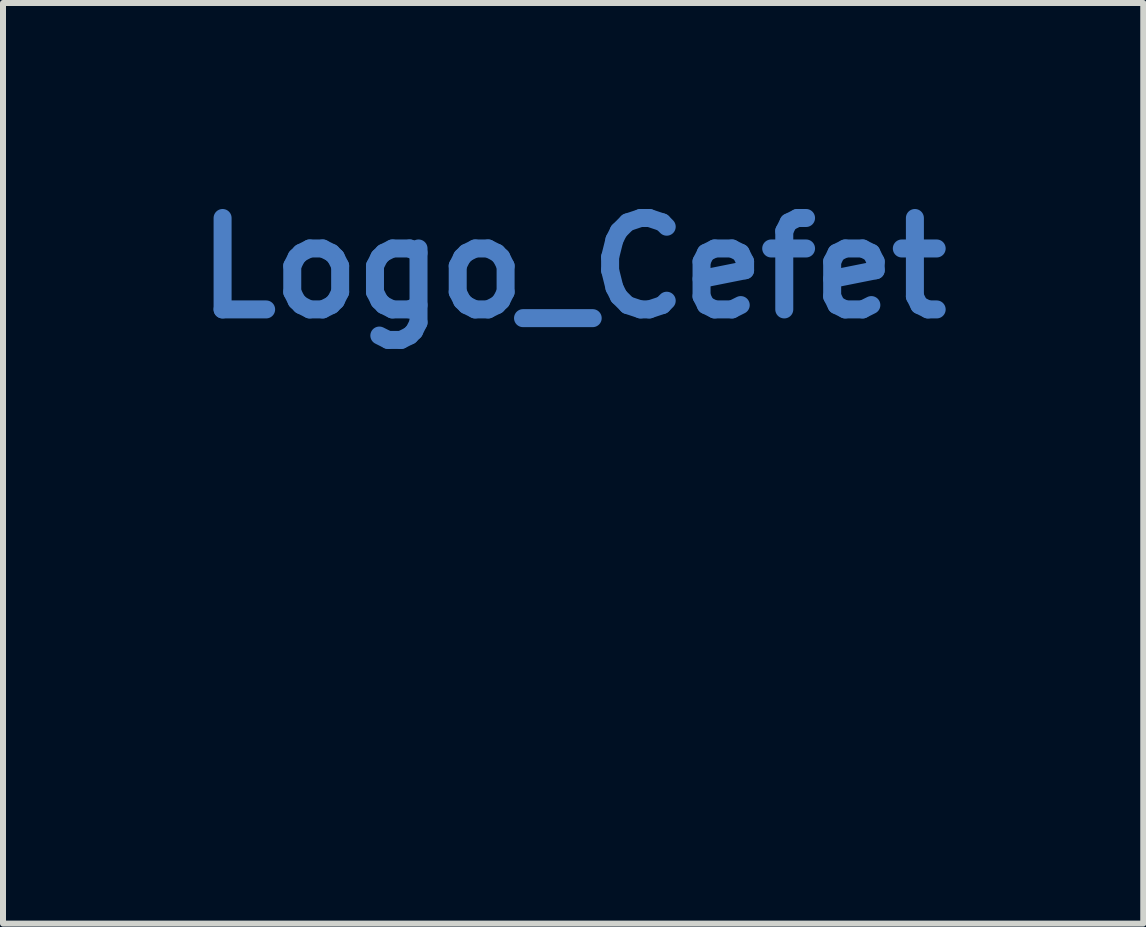
<source format=kicad_pcb>
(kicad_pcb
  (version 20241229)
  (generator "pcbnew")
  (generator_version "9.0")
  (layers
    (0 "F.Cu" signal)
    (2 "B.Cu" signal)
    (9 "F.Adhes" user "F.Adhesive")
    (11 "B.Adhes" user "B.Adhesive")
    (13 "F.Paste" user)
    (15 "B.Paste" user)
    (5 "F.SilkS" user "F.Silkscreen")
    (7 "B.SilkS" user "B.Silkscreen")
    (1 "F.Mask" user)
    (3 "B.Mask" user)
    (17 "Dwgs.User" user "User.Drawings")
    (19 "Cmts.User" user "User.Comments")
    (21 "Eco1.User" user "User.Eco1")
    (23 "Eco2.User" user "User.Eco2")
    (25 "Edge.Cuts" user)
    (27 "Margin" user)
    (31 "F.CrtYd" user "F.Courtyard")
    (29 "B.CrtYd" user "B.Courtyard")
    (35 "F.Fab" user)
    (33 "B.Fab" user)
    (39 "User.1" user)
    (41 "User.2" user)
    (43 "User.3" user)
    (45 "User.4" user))
  (footprint "Logo_Cefet"
    (layer "F.Cu")
    (at 7.772 6.498)
    (property "Reference" "Logo_Cefet" (at -1.27 -5.08 0) (layer "B.Cu") (effects (font (size 1.524 1.524) (thickness 0.3))))
    (attr through_hole)
    (fp_poly (pts (xy 1.768 1.59) (xy 1.331 1.59) (xy 1.331 2.814) (xy 1.031 2.814) (xy 1.031 1.59) (xy 0.594 1.59) (xy 0.594 1.341) (xy 1.768 1.341) (xy 1.768 1.59)) (stroke (width 0.01) (type solid)) (fill no) (layer "Eco2.User"))
    (fp_poly (pts (xy -0.919 1.59) (xy -1.636 1.59) (xy -1.633 1.938) (xy -1.016 1.941) (xy -1.016 2.189) (xy -1.636 2.189) (xy -1.636 2.814) (xy -1.935 2.814) (xy -1.935 2.078) (xy -1.936 1.341) (xy -0.919 1.341) (xy -0.919 1.59)) (stroke (width 0.01) (type solid)) (fill no) (layer "Eco2.User"))
    (fp_poly (pts (xy -2.215 1.59) (xy -3.012 1.59) (xy -3.012 1.915) (xy -2.271 1.915) (xy -2.271 2.164) (xy -3.012 2.164) (xy -3.012 2.565) (xy -2.189 2.565) (xy -2.189 2.814) (xy -3.312 2.814) (xy -3.312 1.341) (xy -2.215 1.341) (xy -2.215 1.59)) (stroke (width 0.01) (type solid)) (fill no) (layer "Eco2.User"))
    (fp_poly (pts (xy 0.422 1.59) (xy -0.376 1.59) (xy -0.376 1.915) (xy -0.006 1.916) (xy 0.363 1.918) (xy 0.366 2.164) (xy -0.376 2.164) (xy -0.376 2.565) (xy 0.447 2.565) (xy 0.447 2.814) (xy -0.676 2.814) (xy -0.676 1.341) (xy 0.422 1.341) (xy 0.422 1.59)) (stroke (width 0.01) (type solid)) (fill no) (layer "Eco2.User"))
    (fp_poly (pts (xy 2.349 1.464) (xy 2.341 1.497) (xy 2.331 1.538) (xy 2.32 1.585) (xy 2.307 1.639) (xy 2.293 1.697) (xy 2.278 1.757) (xy 2.263 1.819) (xy 2.248 1.881) (xy 2.235 1.933) (xy 2.221 1.992) (xy 2.207 2.052) (xy 2.193 2.11) (xy 2.179 2.166) (xy 2.166 2.218) (xy 2.155 2.265) (xy 2.145 2.306) (xy 2.137 2.34) (xy 2.131 2.365) (xy 2.121 2.404) (xy 2.111 2.447) (xy 2.101 2.49) (xy 2.091 2.529) (xy 2.083 2.562) (xy 2.083 2.563) (xy 2.074 2.598) (xy 2.064 2.64) (xy 2.054 2.683) (xy 2.044 2.724) (xy 2.039 2.744) (xy 2.016 2.839) (xy 1.914 2.841) (xy 1.883 2.841) (xy 1.856 2.841) (xy 1.834 2.841) (xy 1.818 2.84) (xy 1.811 2.839) (xy 1.811 2.839) (xy 1.811 2.834) (xy 1.814 2.82) (xy 1.819 2.798) (xy 1.826 2.767) (xy 1.835 2.727) (xy 1.847 2.678) (xy 1.86 2.62) (xy 1.876 2.553) (xy 1.894 2.476) (xy 1.915 2.39) (xy 1.937 2.295) (xy 1.962 2.191) (xy 1.99 2.077) (xy 2.019 1.953) (xy 2.051 1.82) (xy 2.086 1.677) (xy 2.106 1.593) (xy 2.116 1.551) (xy 2.126 1.509) (xy 2.136 1.469) (xy 2.144 1.433) (xy 2.151 1.403) (xy 2.157 1.38) (xy 2.158 1.375) (xy 2.172 1.316) (xy 2.279 1.316) (xy 2.385 1.316) (xy 2.349 1.464)) (stroke (width 0.01) (type solid)) (fill no) (layer "Eco2.User"))
    (fp_poly (pts (xy 0.525 -0.246) (xy 0.572 -0.246) (xy 0.612 -0.246) (xy 0.645 -0.246) (xy 0.669 -0.245) (xy 0.685 -0.244) (xy 0.691 -0.244) (xy 0.691 -0.244) (xy 0.688 -0.237) (xy 0.679 -0.223) (xy 0.666 -0.204) (xy 0.65 -0.181) (xy 0.63 -0.155) (xy 0.609 -0.128) (xy 0.587 -0.1) (xy 0.566 -0.074) (xy 0.545 -0.049) (xy 0.542 -0.045) (xy 0.45 0.055) (xy 0.351 0.146) (xy 0.246 0.23) (xy 0.135 0.307) (xy 0.018 0.375) (xy -0.105 0.435) (xy -0.232 0.486) (xy -0.282 0.504) (xy -0.333 0.519) (xy -0.388 0.534) (xy -0.443 0.547) (xy -0.495 0.558) (xy -0.515 0.561) (xy -0.543 0.565) (xy -0.572 0.569) (xy -0.599 0.571) (xy -0.622 0.573) (xy -0.641 0.573) (xy -0.652 0.573) (xy -0.655 0.571) (xy -0.654 0.564) (xy -0.65 0.551) (xy -0.647 0.544) (xy -0.642 0.529) (xy -0.634 0.507) (xy -0.624 0.477) (xy -0.611 0.44) (xy -0.597 0.399) (xy -0.581 0.353) (xy -0.564 0.304) (xy -0.547 0.253) (xy -0.529 0.202) (xy -0.511 0.15) (xy -0.511 0.15) (xy -0.497 0.111) (xy -0.484 0.073) (xy -0.472 0.037) (xy -0.461 0.005) (xy -0.452 -0.021) (xy -0.445 -0.04) (xy -0.445 -0.041) (xy -0.43 -0.083) (xy -0.417 -0.122) (xy -0.405 -0.156) (xy -0.394 -0.186) (xy -0.386 -0.209) (xy -0.381 -0.225) (xy -0.379 -0.232) (xy -0.379 -0.232) (xy -0.376 -0.233) (xy -0.368 -0.235) (xy -0.354 -0.236) (xy -0.335 -0.238) (xy -0.31 -0.239) (xy -0.278 -0.24) (xy -0.239 -0.241) (xy -0.193 -0.242) (xy -0.139 -0.242) (xy -0.077 -0.243) (xy -0.007 -0.244) (xy 0.073 -0.245) (xy 0.161 -0.245) (xy 0.26 -0.246) (xy 0.281 -0.246) (xy 0.349 -0.246) (xy 0.413 -0.246) (xy 0.472 -0.246) (xy 0.525 -0.246)) (stroke (width 0.01) (type solid)) (fill no) (layer "Eco2.User"))
    (fp_poly (pts (xy -0.633 -2.834) (xy -0.634 -2.829) (xy -0.637 -2.816) (xy -0.643 -2.797) (xy -0.651 -2.775) (xy -0.651 -2.774) (xy -0.658 -2.752) (xy -0.668 -2.723) (xy -0.68 -2.689) (xy -0.693 -2.652) (xy -0.706 -2.613) (xy -0.714 -2.588) (xy -0.739 -2.516) (xy -0.761 -2.452) (xy -0.779 -2.398) (xy -0.795 -2.352) (xy -0.808 -2.313) (xy -0.819 -2.282) (xy -0.827 -2.258) (xy -0.833 -2.241) (xy -0.837 -2.23) (xy -0.838 -2.225) (xy -0.841 -2.217) (xy -0.847 -2.2) (xy -0.854 -2.177) (xy -0.864 -2.15) (xy -0.875 -2.118) (xy -0.881 -2.101) (xy -0.892 -2.069) (xy -0.902 -2.041) (xy -0.91 -2.017) (xy -0.916 -2) (xy -0.919 -1.99) (xy -0.919 -1.988) (xy -0.924 -1.987) (xy -0.939 -1.987) (xy -0.962 -1.987) (xy -0.993 -1.987) (xy -1.031 -1.987) (xy -1.076 -1.987) (xy -1.126 -1.986) (xy -1.181 -1.986) (xy -1.241 -1.986) (xy -1.304 -1.986) (xy -1.347 -1.986) (xy -1.774 -1.986) (xy -1.75 -2.031) (xy -1.738 -2.052) (xy -1.723 -2.078) (xy -1.705 -2.106) (xy -1.685 -2.136) (xy -1.666 -2.166) (xy -1.646 -2.194) (xy -1.629 -2.219) (xy -1.614 -2.239) (xy -1.604 -2.252) (xy -1.6 -2.256) (xy -1.596 -2.261) (xy -1.587 -2.271) (xy -1.578 -2.283) (xy -1.568 -2.294) (xy -1.553 -2.311) (xy -1.533 -2.332) (xy -1.51 -2.356) (xy -1.485 -2.381) (xy -1.473 -2.393) (xy -1.415 -2.449) (xy -1.356 -2.499) (xy -1.296 -2.546) (xy -1.231 -2.591) (xy -1.168 -2.631) (xy -1.132 -2.651) (xy -1.089 -2.674) (xy -1.04 -2.697) (xy -0.987 -2.721) (xy -0.933 -2.743) (xy -0.88 -2.764) (xy -0.836 -2.78) (xy -0.815 -2.787) (xy -0.791 -2.794) (xy -0.763 -2.802) (xy -0.734 -2.81) (xy -0.706 -2.818) (xy -0.68 -2.825) (xy -0.658 -2.83) (xy -0.642 -2.833) (xy -0.634 -2.834) (xy -0.633 -2.834)) (stroke (width 0.01) (type solid)) (fill no) (layer "Eco2.User"))
    (fp_poly (pts (xy 4.851 1.848) (xy 4.851 1.937) (xy 4.851 2.017) (xy 4.851 2.089) (xy 4.851 2.151) (xy 4.85 2.207) (xy 4.85 2.255) (xy 4.849 2.298) (xy 4.848 2.334) (xy 4.847 2.366) (xy 4.846 2.393) (xy 4.845 2.417) (xy 4.843 2.438) (xy 4.841 2.456) (xy 4.838 2.473) (xy 4.836 2.488) (xy 4.833 2.503) (xy 4.831 2.511) (xy 4.813 2.573) (xy 4.786 2.631) (xy 4.751 2.682) (xy 4.709 2.726) (xy 4.66 2.764) (xy 4.604 2.795) (xy 4.542 2.818) (xy 4.478 2.832) (xy 4.442 2.836) (xy 4.401 2.839) (xy 4.357 2.839) (xy 4.314 2.838) (xy 4.275 2.835) (xy 4.242 2.83) (xy 4.241 2.83) (xy 4.187 2.816) (xy 4.141 2.799) (xy 4.099 2.777) (xy 4.068 2.755) (xy 4.024 2.715) (xy 3.986 2.667) (xy 3.956 2.613) (xy 3.934 2.552) (xy 3.918 2.483) (xy 3.912 2.438) (xy 3.91 2.415) (xy 3.908 2.394) (xy 3.907 2.378) (xy 3.907 2.373) (xy 3.907 2.359) (xy 4.04 2.345) (xy 4.076 2.341) (xy 4.109 2.337) (xy 4.137 2.334) (xy 4.16 2.332) (xy 4.175 2.33) (xy 4.181 2.33) (xy 4.185 2.332) (xy 4.188 2.34) (xy 4.19 2.355) (xy 4.192 2.37) (xy 4.198 2.421) (xy 4.208 2.463) (xy 4.222 2.498) (xy 4.24 2.527) (xy 4.251 2.539) (xy 4.278 2.561) (xy 4.307 2.575) (xy 4.343 2.583) (xy 4.363 2.585) (xy 4.409 2.584) (xy 4.448 2.575) (xy 4.481 2.559) (xy 4.507 2.535) (xy 4.526 2.504) (xy 4.53 2.493) (xy 4.534 2.483) (xy 4.537 2.473) (xy 4.54 2.462) (xy 4.543 2.45) (xy 4.545 2.436) (xy 4.547 2.42) (xy 4.549 2.401) (xy 4.55 2.378) (xy 4.551 2.351) (xy 4.552 2.319) (xy 4.553 2.282) (xy 4.553 2.238) (xy 4.554 2.188) (xy 4.554 2.13) (xy 4.554 2.064) (xy 4.554 1.99) (xy 4.554 1.907) (xy 4.554 1.858) (xy 4.554 1.341) (xy 4.703 1.341) (xy 4.851 1.341) (xy 4.851 1.848)) (stroke (width 0.01) (type solid)) (fill no) (layer "Eco2.User"))
    (fp_poly (pts (xy 0.538 -1.585) (xy 0.616 -1.585) (xy 0.684 -1.585) (xy 0.744 -1.585) (xy 0.795 -1.584) (xy 0.838 -1.584) (xy 0.875 -1.584) (xy 0.905 -1.583) (xy 0.929 -1.582) (xy 0.948 -1.582) (xy 0.963 -1.581) (xy 0.974 -1.58) (xy 0.982 -1.578) (xy 0.984 -1.578) (xy 1.023 -1.563) (xy 1.055 -1.542) (xy 1.078 -1.514) (xy 1.094 -1.481) (xy 1.101 -1.441) (xy 1.101 -1.441) (xy 1.102 -1.427) (xy 1.101 -1.415) (xy 1.1 -1.403) (xy 1.096 -1.39) (xy 1.091 -1.372) (xy 1.082 -1.348) (xy 1.073 -1.323) (xy 1.064 -1.3) (xy 1.052 -1.268) (xy 1.038 -1.23) (xy 1.022 -1.188) (xy 1.005 -1.143) (xy 0.988 -1.097) (xy 0.972 -1.055) (xy 0.954 -1.006) (xy 0.939 -0.965) (xy 0.926 -0.932) (xy 0.915 -0.905) (xy 0.906 -0.884) (xy 0.898 -0.868) (xy 0.891 -0.855) (xy 0.885 -0.844) (xy 0.88 -0.837) (xy 0.845 -0.799) (xy 0.803 -0.766) (xy 0.766 -0.744) (xy 0.755 -0.738) (xy 0.745 -0.733) (xy 0.736 -0.729) (xy 0.726 -0.725) (xy 0.715 -0.722) (xy 0.703 -0.72) (xy 0.688 -0.717) (xy 0.67 -0.716) (xy 0.648 -0.714) (xy 0.622 -0.713) (xy 0.59 -0.712) (xy 0.553 -0.712) (xy 0.509 -0.712) (xy 0.458 -0.711) (xy 0.4 -0.711) (xy 0.332 -0.711) (xy 0.255 -0.711) (xy -0.203 -0.711) (xy -0.19 -0.745) (xy -0.182 -0.767) (xy -0.173 -0.79) (xy -0.168 -0.805) (xy -0.164 -0.816) (xy -0.157 -0.836) (xy -0.147 -0.861) (xy -0.136 -0.893) (xy -0.123 -0.928) (xy -0.109 -0.965) (xy -0.104 -0.978) (xy -0.09 -1.016) (xy -0.077 -1.052) (xy -0.065 -1.084) (xy -0.054 -1.112) (xy -0.046 -1.134) (xy -0.041 -1.148) (xy -0.04 -1.151) (xy -0.036 -1.162) (xy -0.029 -1.181) (xy -0.02 -1.207) (xy -0.008 -1.238) (xy 0.004 -1.273) (xy 0.018 -1.31) (xy 0.02 -1.316) (xy 0.035 -1.355) (xy 0.05 -1.395) (xy 0.064 -1.434) (xy 0.077 -1.469) (xy 0.088 -1.499) (xy 0.096 -1.52) (xy 0.119 -1.585) (xy 0.538 -1.585)) (stroke (width 0.01) (type solid)) (fill no) (layer "Eco2.User"))
    (fp_poly (pts (xy -4.114 1.317) (xy -4.044 1.324) (xy -3.979 1.336) (xy -3.917 1.355) (xy -3.857 1.381) (xy -3.851 1.384) (xy -3.788 1.421) (xy -3.734 1.464) (xy -3.686 1.513) (xy -3.646 1.57) (xy -3.612 1.634) (xy -3.597 1.669) (xy -3.586 1.697) (xy -3.578 1.718) (xy -3.574 1.732) (xy -3.573 1.741) (xy -3.575 1.746) (xy -3.579 1.748) (xy -3.582 1.749) (xy -3.59 1.751) (xy -3.607 1.756) (xy -3.63 1.761) (xy -3.659 1.768) (xy -3.691 1.776) (xy -3.713 1.781) (xy -3.748 1.789) (xy -3.78 1.797) (xy -3.807 1.804) (xy -3.829 1.809) (xy -3.844 1.812) (xy -3.849 1.813) (xy -3.859 1.815) (xy -3.864 1.813) (xy -3.868 1.805) (xy -3.871 1.794) (xy -3.885 1.756) (xy -3.906 1.717) (xy -3.931 1.681) (xy -3.952 1.657) (xy -3.993 1.624) (xy -4.039 1.599) (xy -4.089 1.581) (xy -4.142 1.572) (xy -4.197 1.57) (xy -4.253 1.577) (xy -4.307 1.593) (xy -4.351 1.612) (xy -4.376 1.628) (xy -4.404 1.651) (xy -4.431 1.678) (xy -4.456 1.706) (xy -4.474 1.733) (xy -4.477 1.738) (xy -4.502 1.792) (xy -4.522 1.855) (xy -4.535 1.925) (xy -4.543 2.001) (xy -4.544 2.084) (xy -4.544 2.095) (xy -4.54 2.176) (xy -4.531 2.248) (xy -4.518 2.312) (xy -4.5 2.368) (xy -4.476 2.418) (xy -4.448 2.461) (xy -4.413 2.498) (xy -4.373 2.531) (xy -4.368 2.534) (xy -4.325 2.557) (xy -4.277 2.574) (xy -4.225 2.583) (xy -4.172 2.585) (xy -4.121 2.58) (xy -4.073 2.567) (xy -4.055 2.56) (xy -4.008 2.533) (xy -3.966 2.498) (xy -3.93 2.454) (xy -3.9 2.402) (xy -3.875 2.343) (xy -3.869 2.322) (xy -3.863 2.303) (xy -3.857 2.287) (xy -3.854 2.278) (xy -3.853 2.277) (xy -3.848 2.278) (xy -3.835 2.281) (xy -3.815 2.287) (xy -3.79 2.295) (xy -3.761 2.304) (xy -3.729 2.313) (xy -3.697 2.323) (xy -3.665 2.333) (xy -3.636 2.342) (xy -3.609 2.351) (xy -3.588 2.357) (xy -3.574 2.362) (xy -3.567 2.365) (xy -3.567 2.365) (xy -3.567 2.371) (xy -3.571 2.384) (xy -3.577 2.402) (xy -3.585 2.424) (xy -3.594 2.448) (xy -3.604 2.472) (xy -3.613 2.494) (xy -3.621 2.513) (xy -3.623 2.517) (xy -3.662 2.586) (xy -3.707 2.646) (xy -3.757 2.698) (xy -3.814 2.742) (xy -3.876 2.777) (xy -3.945 2.805) (xy -4.021 2.826) (xy -4.056 2.832) (xy -4.092 2.836) (xy -4.134 2.839) (xy -4.18 2.839) (xy -4.227 2.838) (xy -4.27 2.835) (xy -4.307 2.83) (xy -4.31 2.83) (xy -4.389 2.811) (xy -4.462 2.784) (xy -4.531 2.747) (xy -4.595 2.702) (xy -4.654 2.648) (xy -4.663 2.638) (xy -4.714 2.577) (xy -4.756 2.511) (xy -4.791 2.439) (xy -4.817 2.361) (xy -4.836 2.276) (xy -4.848 2.186) (xy -4.851 2.09) (xy -4.848 1.99) (xy -4.837 1.897) (xy -4.818 1.81) (xy -4.791 1.73) (xy -4.757 1.656) (xy -4.716 1.588) (xy -4.666 1.526) (xy -4.63 1.488) (xy -4.601 1.462) (xy -4.573 1.44) (xy -4.544 1.42) (xy -4.51 1.4) (xy -4.495 1.392) (xy -4.444 1.367) (xy -4.393 1.348) (xy -4.34 1.334) (xy -4.283 1.324) (xy -4.22 1.319) (xy -4.191 1.317) (xy -4.114 1.317)) (stroke (width 0.01) (type solid)) (fill no) (layer "Eco2.User"))
    (fp_poly (pts (xy 2.938 1.342) (xy 3.017 1.343) (xy 3.087 1.343) (xy 3.148 1.344) (xy 3.201 1.344) (xy 3.248 1.345) (xy 3.287 1.346) (xy 3.322 1.347) (xy 3.351 1.349) (xy 3.376 1.351) (xy 3.397 1.353) (xy 3.416 1.356) (xy 3.433 1.359) (xy 3.449 1.363) (xy 3.465 1.367) (xy 3.48 1.372) (xy 3.49 1.375) (xy 3.543 1.397) (xy 3.591 1.429) (xy 3.634 1.468) (xy 3.671 1.513) (xy 3.701 1.565) (xy 3.723 1.622) (xy 3.727 1.633) (xy 3.732 1.659) (xy 3.736 1.693) (xy 3.738 1.73) (xy 3.738 1.768) (xy 3.737 1.805) (xy 3.734 1.837) (xy 3.731 1.85) (xy 3.714 1.91) (xy 3.689 1.964) (xy 3.656 2.013) (xy 3.614 2.055) (xy 3.565 2.091) (xy 3.509 2.121) (xy 3.445 2.144) (xy 3.374 2.161) (xy 3.371 2.162) (xy 3.359 2.164) (xy 3.355 2.166) (xy 3.36 2.17) (xy 3.361 2.17) (xy 3.396 2.192) (xy 3.435 2.221) (xy 3.474 2.254) (xy 3.511 2.29) (xy 3.543 2.327) (xy 3.543 2.327) (xy 3.565 2.356) (xy 3.591 2.392) (xy 3.62 2.434) (xy 3.651 2.481) (xy 3.683 2.532) (xy 3.691 2.544) (xy 3.708 2.571) (xy 3.724 2.597) (xy 3.739 2.62) (xy 3.75 2.639) (xy 3.755 2.646) (xy 3.768 2.667) (xy 3.783 2.69) (xy 3.792 2.705) (xy 3.804 2.724) (xy 3.818 2.748) (xy 3.833 2.771) (xy 3.835 2.775) (xy 3.846 2.792) (xy 3.853 2.806) (xy 3.857 2.814) (xy 3.857 2.815) (xy 3.851 2.816) (xy 3.836 2.816) (xy 3.814 2.816) (xy 3.785 2.816) (xy 3.75 2.816) (xy 3.712 2.816) (xy 3.678 2.815) (xy 3.503 2.814) (xy 3.405 2.668) (xy 3.365 2.609) (xy 3.331 2.558) (xy 3.302 2.514) (xy 3.277 2.477) (xy 3.256 2.446) (xy 3.239 2.421) (xy 3.225 2.401) (xy 3.214 2.385) (xy 3.206 2.373) (xy 3.2 2.364) (xy 3.195 2.358) (xy 3.194 2.357) (xy 3.186 2.346) (xy 3.173 2.33) (xy 3.159 2.312) (xy 3.155 2.306) (xy 3.12 2.267) (xy 3.082 2.237) (xy 3.041 2.217) (xy 3.032 2.214) (xy 3.016 2.21) (xy 2.999 2.207) (xy 2.98 2.205) (xy 2.956 2.203) (xy 2.924 2.203) (xy 2.915 2.203) (xy 2.834 2.202) (xy 2.834 2.508) (xy 2.834 2.814) (xy 2.535 2.814) (xy 2.535 1.593) (xy 2.834 1.593) (xy 2.834 1.775) (xy 2.834 1.818) (xy 2.834 1.857) (xy 2.834 1.891) (xy 2.834 1.92) (xy 2.834 1.942) (xy 2.834 1.957) (xy 2.835 1.962) (xy 2.839 1.963) (xy 2.853 1.964) (xy 2.874 1.965) (xy 2.902 1.966) (xy 2.934 1.966) (xy 2.97 1.966) (xy 3.008 1.966) (xy 3.047 1.965) (xy 3.086 1.964) (xy 3.123 1.963) (xy 3.157 1.962) (xy 3.186 1.961) (xy 3.19 1.961) (xy 3.238 1.957) (xy 3.277 1.953) (xy 3.308 1.948) (xy 3.332 1.941) (xy 3.35 1.933) (xy 3.352 1.932) (xy 3.383 1.907) (xy 3.408 1.875) (xy 3.424 1.837) (xy 3.432 1.795) (xy 3.433 1.755) (xy 3.425 1.712) (xy 3.411 1.676) (xy 3.388 1.646) (xy 3.357 1.622) (xy 3.318 1.604) (xy 3.311 1.601) (xy 3.304 1.599) (xy 3.295 1.598) (xy 3.285 1.596) (xy 3.271 1.595) (xy 3.253 1.594) (xy 3.231 1.594) (xy 3.202 1.593) (xy 3.166 1.593) (xy 3.122 1.593) (xy 3.069 1.593) (xy 3.062 1.593) (xy 2.834 1.593) (xy 2.535 1.593) (xy 2.535 1.341) (xy 2.938 1.342)) (stroke (width 0.01) (type solid)) (fill no) (layer "Eco2.User"))
    (fp_poly (pts (xy 1.091 -2.811) (xy 1.116 -2.797) (xy 1.135 -2.785) (xy 1.15 -2.775) (xy 1.165 -2.764) (xy 1.183 -2.75) (xy 1.193 -2.742) (xy 1.228 -2.71) (xy 1.261 -2.67) (xy 1.292 -2.625) (xy 1.318 -2.577) (xy 1.337 -2.532) (xy 1.358 -2.459) (xy 1.37 -2.382) (xy 1.374 -2.3) (xy 1.368 -2.217) (xy 1.354 -2.131) (xy 1.337 -2.064) (xy 1.323 -2.017) (xy 1.12 -2.017) (xy 1.081 -2.017) (xy 1.034 -2.017) (xy 0.979 -2.016) (xy 0.918 -2.016) (xy 0.852 -2.016) (xy 0.782 -2.015) (xy 0.711 -2.015) (xy 0.638 -2.014) (xy 0.566 -2.014) (xy 0.502 -2.013) (xy 0.087 -2.01) (xy 0.046 -1.89) (xy 0.016 -1.806) (xy -0.011 -1.727) (xy -0.037 -1.653) (xy -0.06 -1.585) (xy -0.081 -1.525) (xy -0.099 -1.473) (xy -0.112 -1.435) (xy -0.123 -1.402) (xy -0.135 -1.368) (xy -0.146 -1.336) (xy -0.155 -1.308) (xy -0.16 -1.295) (xy -0.168 -1.271) (xy -0.176 -1.249) (xy -0.182 -1.23) (xy -0.185 -1.222) (xy -0.189 -1.212) (xy -0.195 -1.193) (xy -0.203 -1.169) (xy -0.214 -1.138) (xy -0.226 -1.105) (xy -0.238 -1.069) (xy -0.239 -1.067) (xy -0.253 -1.025) (xy -0.27 -0.977) (xy -0.288 -0.924) (xy -0.306 -0.871) (xy -0.324 -0.82) (xy -0.339 -0.777) (xy -0.353 -0.737) (xy -0.366 -0.697) (xy -0.379 -0.66) (xy -0.391 -0.627) (xy -0.4 -0.599) (xy -0.407 -0.579) (xy -0.409 -0.574) (xy -0.415 -0.557) (xy -0.424 -0.532) (xy -0.435 -0.5) (xy -0.447 -0.464) (xy -0.46 -0.426) (xy -0.474 -0.386) (xy -0.478 -0.376) (xy -0.493 -0.33) (xy -0.511 -0.279) (xy -0.529 -0.227) (xy -0.547 -0.175) (xy -0.563 -0.128) (xy -0.575 -0.094) (xy -0.587 -0.059) (xy -0.598 -0.026) (xy -0.608 0.003) (xy -0.616 0.026) (xy -0.622 0.042) (xy -0.625 0.051) (xy -0.625 0.051) (xy -0.627 0.058) (xy -0.633 0.074) (xy -0.641 0.098) (xy -0.651 0.127) (xy -0.663 0.162) (xy -0.677 0.201) (xy -0.691 0.243) (xy -0.696 0.257) (xy -0.711 0.301) (xy -0.727 0.346) (xy -0.741 0.388) (xy -0.754 0.426) (xy -0.766 0.459) (xy -0.775 0.486) (xy -0.781 0.505) (xy -0.781 0.507) (xy -0.791 0.534) (xy -0.799 0.552) (xy -0.804 0.562) (xy -0.808 0.563) (xy -0.815 0.561) (xy -0.83 0.557) (xy -0.85 0.549) (xy -0.871 0.541) (xy -0.938 0.513) (xy -0.998 0.482) (xy -1.053 0.447) (xy -1.107 0.407) (xy -1.12 0.396) (xy -1.181 0.338) (xy -1.235 0.274) (xy -1.28 0.205) (xy -1.316 0.131) (xy -1.321 0.118) (xy -1.343 0.057) (xy -1.358 -0.000492) (xy -1.367 -0.057) (xy -1.371 -0.117) (xy -1.37 -0.17) (xy -1.369 -0.188) (xy -1.369 -0.205) (xy -1.367 -0.22) (xy -1.366 -0.235) (xy -1.364 -0.25) (xy -1.36 -0.267) (xy -1.356 -0.285) (xy -1.35 -0.307) (xy -1.342 -0.331) (xy -1.333 -0.361) (xy -1.322 -0.395) (xy -1.308 -0.435) (xy -1.292 -0.481) (xy -1.273 -0.535) (xy -1.251 -0.597) (xy -1.228 -0.663) (xy -1.214 -0.703) (xy -1.197 -0.751) (xy -1.179 -0.803) (xy -1.16 -0.856) (xy -1.142 -0.909) (xy -1.125 -0.958) (xy -1.12 -0.97) (xy -1.106 -1.012) (xy -1.091 -1.054) (xy -1.077 -1.093) (xy -1.065 -1.128) (xy -1.055 -1.158) (xy -1.047 -1.18) (xy -1.043 -1.191) (xy -1.034 -1.215) (xy -1.027 -1.237) (xy -1.021 -1.255) (xy -1.018 -1.262) (xy -1.014 -1.274) (xy -1.007 -1.294) (xy -0.999 -1.318) (xy -0.989 -1.345) (xy -0.985 -1.356) (xy -0.96 -1.427) (xy -0.938 -1.49) (xy -0.918 -1.545) (xy -0.902 -1.591) (xy -0.889 -1.629) (xy -0.879 -1.657) (xy -0.872 -1.676) (xy -0.869 -1.686) (xy -0.869 -1.687) (xy -0.866 -1.695) (xy -0.86 -1.712) (xy -0.851 -1.736) (xy -0.841 -1.767) (xy -0.828 -1.803) (xy -0.814 -1.843) (xy -0.8 -1.886) (xy -0.784 -1.93) (xy -0.768 -1.976) (xy -0.752 -2.021) (xy -0.752 -2.022) (xy -0.74 -2.055) (xy -0.727 -2.094) (xy -0.712 -2.135) (xy -0.698 -2.176) (xy -0.687 -2.207) (xy -0.674 -2.245) (xy -0.659 -2.288) (xy -0.644 -2.331) (xy -0.63 -2.371) (xy -0.62 -2.398) (xy -0.608 -2.433) (xy -0.594 -2.471) (xy -0.581 -2.509) (xy -0.569 -2.543) (xy -0.564 -2.558) (xy -0.543 -2.619) (xy -0.524 -2.673) (xy -0.507 -2.72) (xy -0.493 -2.76) (xy -0.482 -2.791) (xy -0.473 -2.814) (xy -0.468 -2.828) (xy -0.465 -2.833) (xy -0.46 -2.834) (xy -0.445 -2.834) (xy -0.421 -2.835) (xy -0.388 -2.835) (xy -0.348 -2.835) (xy -0.3 -2.836) (xy -0.246 -2.836) (xy -0.185 -2.837) (xy -0.119 -2.837) (xy -0.047 -2.837) (xy 0.029 -2.838) (xy 0.109 -2.838) (xy 0.192 -2.838) (xy 0.279 -2.839) (xy 0.289 -2.839) (xy 1.039 -2.84) (xy 1.091 -2.811)) (stroke (width 0.01) (type solid)) (fill no) (layer "Eco2.User")))
  (gr_rect
    (start -3 -3)
    (end 16.005 12.344)
    (stroke (width 0.1) (type default))
    (fill no)
    (layer "Edge.Cuts")))
</source>
